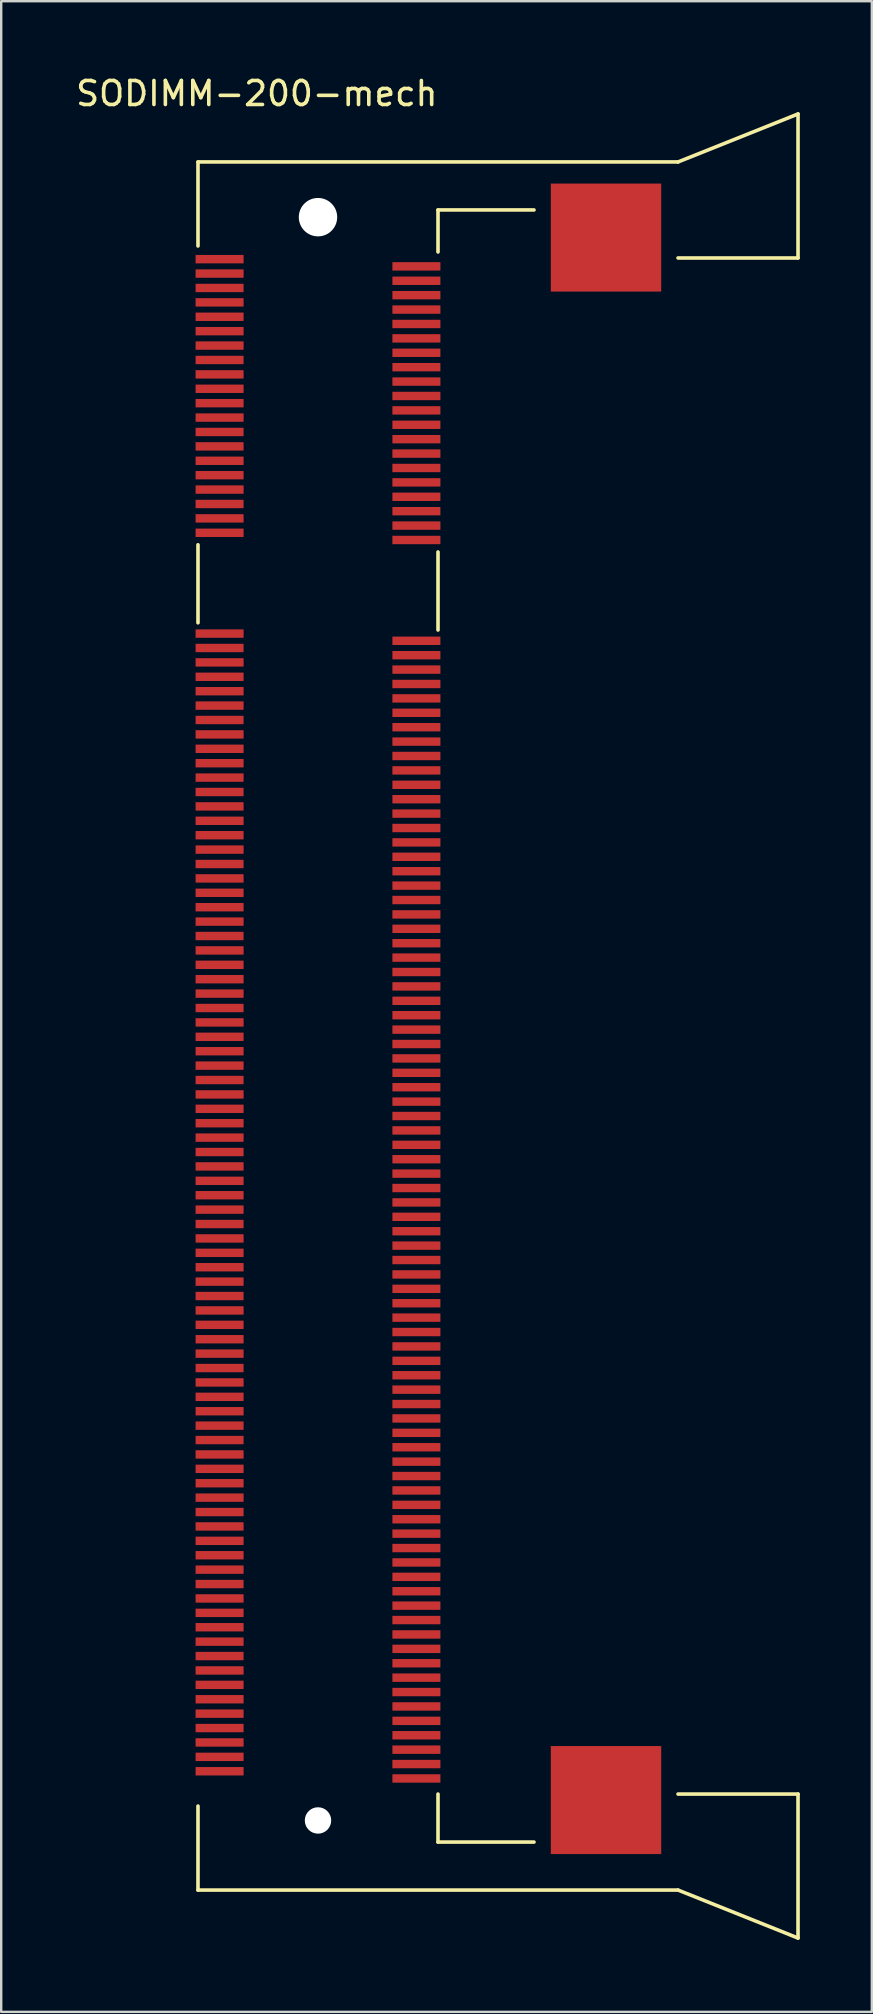
<source format=kicad_pcb>
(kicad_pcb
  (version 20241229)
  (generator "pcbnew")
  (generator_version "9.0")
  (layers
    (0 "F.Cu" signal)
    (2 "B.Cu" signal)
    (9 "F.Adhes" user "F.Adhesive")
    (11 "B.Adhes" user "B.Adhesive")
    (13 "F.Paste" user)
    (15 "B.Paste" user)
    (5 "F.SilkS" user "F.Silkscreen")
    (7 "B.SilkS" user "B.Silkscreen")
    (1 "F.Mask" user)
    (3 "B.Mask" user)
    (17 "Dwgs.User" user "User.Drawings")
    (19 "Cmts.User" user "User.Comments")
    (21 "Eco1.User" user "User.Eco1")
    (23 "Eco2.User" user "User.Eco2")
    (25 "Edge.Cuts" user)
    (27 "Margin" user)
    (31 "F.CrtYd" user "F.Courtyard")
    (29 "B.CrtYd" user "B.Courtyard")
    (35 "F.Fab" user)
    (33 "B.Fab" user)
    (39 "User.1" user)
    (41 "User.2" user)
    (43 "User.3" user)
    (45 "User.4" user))
  (footprint "SODIMM-200-mech"
    (layer "F.Cu")
    (at 10.199 39.398)
    (property "Reference" "SODIMM-200-mech" (at -2.55 -38.55 0) (layer "F.SilkS") (effects (font (size 1 1) (thickness 0.15))))
    (attr through_hole)
    (fp_line (start -5 -35.7) (end 15 -35.7) (stroke (width 0.15) (type solid)) (layer "F.SilkS"))
    (fp_line (start -5 -32.2) (end -5 -35.7) (stroke (width 0.15) (type solid)) (layer "F.SilkS"))
    (fp_line (start -5 -19.75) (end -5 -16.5) (stroke (width 0.15) (type solid)) (layer "F.SilkS"))
    (fp_line (start -5 32.8) (end -5 36.3) (stroke (width 0.15) (type solid)) (layer "F.SilkS"))
    (fp_line (start -5 36.3) (end 15 36.3) (stroke (width 0.15) (type solid)) (layer "F.SilkS"))
    (fp_line (start 5 -33.7) (end 5 -31.95) (stroke (width 0.15) (type solid)) (layer "F.SilkS"))
    (fp_line (start 5 -19.45) (end 5 -16.2) (stroke (width 0.15) (type solid)) (layer "F.SilkS"))
    (fp_line (start 5 34.3) (end 5 32.3) (stroke (width 0.15) (type solid)) (layer "F.SilkS"))
    (fp_line (start 9 -33.7) (end 5 -33.7) (stroke (width 0.15) (type solid)) (layer "F.SilkS"))
    (fp_line (start 9 34.3) (end 5 34.3) (stroke (width 0.15) (type solid)) (layer "F.SilkS"))
    (fp_line (start 15 -35.7) (end 20 -37.7) (stroke (width 0.15) (type solid)) (layer "F.SilkS"))
    (fp_line (start 15 36.3) (end 20 38.3) (stroke (width 0.15) (type solid)) (layer "F.SilkS"))
    (fp_line (start 20 -37.7) (end 20 -31.7) (stroke (width 0.15) (type solid)) (layer "F.SilkS"))
    (fp_line (start 20 -31.7) (end 15 -31.7) (stroke (width 0.15) (type solid)) (layer "F.SilkS"))
    (fp_line (start 20 32.3) (end 15 32.3) (stroke (width 0.15) (type solid)) (layer "F.SilkS"))
    (fp_line (start 20 38.3) (end 20 32.3) (stroke (width 0.15) (type solid)) (layer "F.SilkS"))
    (pad "" np_thru_hole circle (at 0 -33.4) (size 1.6 1.6) (drill 1.6) (layers "*.Cu" "*.Mask"))
    (pad "" np_thru_hole circle (at 0 33.4) (size 1.1 1.1) (drill 1.1) (layers "*.Cu" "*.Mask"))
    (pad "" smd rect (at 12 -32.55) (size 4.6 4.5) (layers "F.Cu" "F.Mask" "F.Paste"))
    (pad "" smd rect (at 12 32.55) (size 4.6 4.5) (layers "F.Cu" "F.Mask" "F.Paste"))
    (pad "1" smd rect (at -4.1 -31.65) (size 2 0.35) (layers "F.Cu" "F.Mask" "F.Paste"))
    (pad "2" smd rect (at 4.1 -31.35) (size 2 0.35) (layers "F.Cu" "F.Mask" "F.Paste"))
    (pad "3" smd rect (at -4.1 -31.05) (size 2 0.35) (layers "F.Cu" "F.Mask" "F.Paste"))
    (pad "4" smd rect (at 4.1 -30.75) (size 2 0.35) (layers "F.Cu" "F.Mask" "F.Paste"))
    (pad "5" smd rect (at -4.1 -30.45) (size 2 0.35) (layers "F.Cu" "F.Mask" "F.Paste"))
    (pad "6" smd rect (at 4.1 -30.15) (size 2 0.35) (layers "F.Cu" "F.Mask" "F.Paste"))
    (pad "7" smd rect (at -4.1 -29.85) (size 2 0.35) (layers "F.Cu" "F.Mask" "F.Paste"))
    (pad "8" smd rect (at 4.1 -29.55) (size 2 0.35) (layers "F.Cu" "F.Mask" "F.Paste"))
    (pad "9" smd rect (at -4.1 -29.25) (size 2 0.35) (layers "F.Cu" "F.Mask" "F.Paste"))
    (pad "10" smd rect (at 4.1 -28.95) (size 2 0.35) (layers "F.Cu" "F.Mask" "F.Paste"))
    (pad "11" smd rect (at -4.1 -28.65) (size 2 0.35) (layers "F.Cu" "F.Mask" "F.Paste"))
    (pad "12" smd rect (at 4.1 -28.35) (size 2 0.35) (layers "F.Cu" "F.Mask" "F.Paste"))
    (pad "13" smd rect (at -4.1 -28.05) (size 2 0.35) (layers "F.Cu" "F.Mask" "F.Paste"))
    (pad "14" smd rect (at 4.1 -27.75) (size 2 0.35) (layers "F.Cu" "F.Mask" "F.Paste"))
    (pad "15" smd rect (at -4.1 -27.45) (size 2 0.35) (layers "F.Cu" "F.Mask" "F.Paste"))
    (pad "16" smd rect (at 4.1 -27.15) (size 2 0.35) (layers "F.Cu" "F.Mask" "F.Paste"))
    (pad "17" smd rect (at -4.1 -26.85) (size 2 0.35) (layers "F.Cu" "F.Mask" "F.Paste"))
    (pad "18" smd rect (at 4.1 -26.55) (size 2 0.35) (layers "F.Cu" "F.Mask" "F.Paste"))
    (pad "19" smd rect (at -4.1 -26.25) (size 2 0.35) (layers "F.Cu" "F.Mask" "F.Paste"))
    (pad "20" smd rect (at 4.1 -25.95) (size 2 0.35) (layers "F.Cu" "F.Mask" "F.Paste"))
    (pad "21" smd rect (at -4.1 -25.65) (size 2 0.35) (layers "F.Cu" "F.Mask" "F.Paste"))
    (pad "22" smd rect (at 4.1 -25.35) (size 2 0.35) (layers "F.Cu" "F.Mask" "F.Paste"))
    (pad "23" smd rect (at -4.1 -25.05) (size 2 0.35) (layers "F.Cu" "F.Mask" "F.Paste"))
    (pad "24" smd rect (at 4.1 -24.75) (size 2 0.35) (layers "F.Cu" "F.Mask" "F.Paste"))
    (pad "25" smd rect (at -4.1 -24.45) (size 2 0.35) (layers "F.Cu" "F.Mask" "F.Paste"))
    (pad "26" smd rect (at 4.1 -24.15) (size 2 0.35) (layers "F.Cu" "F.Mask" "F.Paste"))
    (pad "27" smd rect (at -4.1 -23.85) (size 2 0.35) (layers "F.Cu" "F.Mask" "F.Paste"))
    (pad "28" smd rect (at 4.1 -23.55) (size 2 0.35) (layers "F.Cu" "F.Mask" "F.Paste"))
    (pad "29" smd rect (at -4.1 -23.25) (size 2 0.35) (layers "F.Cu" "F.Mask" "F.Paste"))
    (pad "30" smd rect (at 4.1 -22.95) (size 2 0.35) (layers "F.Cu" "F.Mask" "F.Paste"))
    (pad "31" smd rect (at -4.1 -22.65) (size 2 0.35) (layers "F.Cu" "F.Mask" "F.Paste"))
    (pad "32" smd rect (at 4.1 -22.35) (size 2 0.35) (layers "F.Cu" "F.Mask" "F.Paste"))
    (pad "33" smd rect (at -4.1 -22.05) (size 2 0.35) (layers "F.Cu" "F.Mask" "F.Paste"))
    (pad "34" smd rect (at 4.1 -21.75) (size 2 0.35) (layers "F.Cu" "F.Mask" "F.Paste"))
    (pad "35" smd rect (at -4.1 -21.45) (size 2 0.35) (layers "F.Cu" "F.Mask" "F.Paste"))
    (pad "36" smd rect (at 4.1 -21.15) (size 2 0.35) (layers "F.Cu" "F.Mask" "F.Paste"))
    (pad "37" smd rect (at -4.1 -20.85) (size 2 0.35) (layers "F.Cu" "F.Mask" "F.Paste"))
    (pad "38" smd rect (at 4.1 -20.55) (size 2 0.35) (layers "F.Cu" "F.Mask" "F.Paste"))
    (pad "39" smd rect (at -4.1 -20.25) (size 2 0.35) (layers "F.Cu" "F.Mask" "F.Paste"))
    (pad "40" smd rect (at 4.1 -19.95) (size 2 0.35) (layers "F.Cu" "F.Mask" "F.Paste"))
    (pad "41" smd rect (at -4.1 -16.05) (size 2 0.35) (layers "F.Cu" "F.Mask" "F.Paste"))
    (pad "42" smd rect (at 4.1 -15.75) (size 2 0.35) (layers "F.Cu" "F.Mask" "F.Paste"))
    (pad "43" smd rect (at -4.1 -15.45) (size 2 0.35) (layers "F.Cu" "F.Mask" "F.Paste"))
    (pad "44" smd rect (at 4.1 -15.15) (size 2 0.35) (layers "F.Cu" "F.Mask" "F.Paste"))
    (pad "45" smd rect (at -4.1 -14.85) (size 2 0.35) (layers "F.Cu" "F.Mask" "F.Paste"))
    (pad "46" smd rect (at 4.1 -14.55) (size 2 0.35) (layers "F.Cu" "F.Mask" "F.Paste"))
    (pad "47" smd rect (at -4.1 -14.25) (size 2 0.35) (layers "F.Cu" "F.Mask" "F.Paste"))
    (pad "48" smd rect (at 4.1 -13.95) (size 2 0.35) (layers "F.Cu" "F.Mask" "F.Paste"))
    (pad "49" smd rect (at -4.1 -13.65) (size 2 0.35) (layers "F.Cu" "F.Mask" "F.Paste"))
    (pad "50" smd rect (at 4.1 -13.35) (size 2 0.35) (layers "F.Cu" "F.Mask" "F.Paste"))
    (pad "51" smd rect (at -4.1 -13.05) (size 2 0.35) (layers "F.Cu" "F.Mask" "F.Paste"))
    (pad "52" smd rect (at 4.1 -12.75) (size 2 0.35) (layers "F.Cu" "F.Mask" "F.Paste"))
    (pad "53" smd rect (at -4.1 -12.45) (size 2 0.35) (layers "F.Cu" "F.Mask" "F.Paste"))
    (pad "54" smd rect (at 4.1 -12.15) (size 2 0.35) (layers "F.Cu" "F.Mask" "F.Paste"))
    (pad "55" smd rect (at -4.1 -11.85) (size 2 0.35) (layers "F.Cu" "F.Mask" "F.Paste"))
    (pad "56" smd rect (at 4.1 -11.55) (size 2 0.35) (layers "F.Cu" "F.Mask" "F.Paste"))
    (pad "57" smd rect (at -4.1 -11.25) (size 2 0.35) (layers "F.Cu" "F.Mask" "F.Paste"))
    (pad "58" smd rect (at 4.1 -10.95) (size 2 0.35) (layers "F.Cu" "F.Mask" "F.Paste"))
    (pad "59" smd rect (at -4.1 -10.65) (size 2 0.35) (layers "F.Cu" "F.Mask" "F.Paste"))
    (pad "60" smd rect (at 4.1 -10.35) (size 2 0.35) (layers "F.Cu" "F.Mask" "F.Paste"))
    (pad "61" smd rect (at -4.1 -10.05) (size 2 0.35) (layers "F.Cu" "F.Mask" "F.Paste"))
    (pad "62" smd rect (at 4.1 -9.75) (size 2 0.35) (layers "F.Cu" "F.Mask" "F.Paste"))
    (pad "63" smd rect (at -4.1 -9.45) (size 2 0.35) (layers "F.Cu" "F.Mask" "F.Paste"))
    (pad "64" smd rect (at 4.1 -9.15) (size 2 0.35) (layers "F.Cu" "F.Mask" "F.Paste"))
    (pad "65" smd rect (at -4.1 -8.85) (size 2 0.35) (layers "F.Cu" "F.Mask" "F.Paste"))
    (pad "66" smd rect (at 4.1 -8.55) (size 2 0.35) (layers "F.Cu" "F.Mask" "F.Paste"))
    (pad "67" smd rect (at -4.1 -8.25) (size 2 0.35) (layers "F.Cu" "F.Mask" "F.Paste"))
    (pad "68" smd rect (at 4.1 -7.95) (size 2 0.35) (layers "F.Cu" "F.Mask" "F.Paste"))
    (pad "69" smd rect (at -4.1 -7.65) (size 2 0.35) (layers "F.Cu" "F.Mask" "F.Paste"))
    (pad "70" smd rect (at 4.1 -7.35) (size 2 0.35) (layers "F.Cu" "F.Mask" "F.Paste"))
    (pad "71" smd rect (at -4.1 -7.05) (size 2 0.35) (layers "F.Cu" "F.Mask" "F.Paste"))
    (pad "72" smd rect (at 4.1 -6.75) (size 2 0.35) (layers "F.Cu" "F.Mask" "F.Paste"))
    (pad "73" smd rect (at -4.1 -6.45) (size 2 0.35) (layers "F.Cu" "F.Mask" "F.Paste"))
    (pad "74" smd rect (at 4.1 -6.15) (size 2 0.35) (layers "F.Cu" "F.Mask" "F.Paste"))
    (pad "75" smd rect (at -4.1 -5.85) (size 2 0.35) (layers "F.Cu" "F.Mask" "F.Paste"))
    (pad "76" smd rect (at 4.1 -5.55) (size 2 0.35) (layers "F.Cu" "F.Mask" "F.Paste"))
    (pad "77" smd rect (at -4.1 -5.25) (size 2 0.35) (layers "F.Cu" "F.Mask" "F.Paste"))
    (pad "78" smd rect (at 4.1 -4.95) (size 2 0.35) (layers "F.Cu" "F.Mask" "F.Paste"))
    (pad "79" smd rect (at -4.1 -4.65) (size 2 0.35) (layers "F.Cu" "F.Mask" "F.Paste"))
    (pad "80" smd rect (at 4.1 -4.35) (size 2 0.35) (layers "F.Cu" "F.Mask" "F.Paste"))
    (pad "81" smd rect (at -4.1 -4.05) (size 2 0.35) (layers "F.Cu" "F.Mask" "F.Paste"))
    (pad "82" smd rect (at 4.1 -3.75) (size 2 0.35) (layers "F.Cu" "F.Mask" "F.Paste"))
    (pad "83" smd rect (at -4.1 -3.45) (size 2 0.35) (layers "F.Cu" "F.Mask" "F.Paste"))
    (pad "84" smd rect (at 4.1 -3.15) (size 2 0.35) (layers "F.Cu" "F.Mask" "F.Paste"))
    (pad "85" smd rect (at -4.1 -2.85) (size 2 0.35) (layers "F.Cu" "F.Mask" "F.Paste"))
    (pad "86" smd rect (at 4.1 -2.55) (size 2 0.35) (layers "F.Cu" "F.Mask" "F.Paste"))
    (pad "87" smd rect (at -4.1 -2.25) (size 2 0.35) (layers "F.Cu" "F.Mask" "F.Paste"))
    (pad "88" smd rect (at 4.1 -1.95) (size 2 0.35) (layers "F.Cu" "F.Mask" "F.Paste"))
    (pad "89" smd rect (at -4.1 -1.65) (size 2 0.35) (layers "F.Cu" "F.Mask" "F.Paste"))
    (pad "90" smd rect (at 4.1 -1.35) (size 2 0.35) (layers "F.Cu" "F.Mask" "F.Paste"))
    (pad "91" smd rect (at -4.1 -1.05) (size 2 0.35) (layers "F.Cu" "F.Mask" "F.Paste"))
    (pad "92" smd rect (at 4.1 -0.75) (size 2 0.35) (layers "F.Cu" "F.Mask" "F.Paste"))
    (pad "93" smd rect (at -4.1 -0.45) (size 2 0.35) (layers "F.Cu" "F.Mask" "F.Paste"))
    (pad "94" smd rect (at 4.1 -0.15) (size 2 0.35) (layers "F.Cu" "F.Mask" "F.Paste"))
    (pad "95" smd rect (at -4.1 0.15) (size 2 0.35) (layers "F.Cu" "F.Mask" "F.Paste"))
    (pad "96" smd rect (at 4.1 0.45) (size 2 0.35) (layers "F.Cu" "F.Mask" "F.Paste"))
    (pad "97" smd rect (at -4.1 0.75) (size 2 0.35) (layers "F.Cu" "F.Mask" "F.Paste"))
    (pad "98" smd rect (at 4.1 1.05) (size 2 0.35) (layers "F.Cu" "F.Mask" "F.Paste"))
    (pad "99" smd rect (at -4.1 1.35) (size 2 0.35) (layers "F.Cu" "F.Mask" "F.Paste"))
    (pad "100" smd rect (at 4.1 1.65) (size 2 0.35) (layers "F.Cu" "F.Mask" "F.Paste"))
    (pad "101" smd rect (at -4.1 1.95) (size 2 0.35) (layers "F.Cu" "F.Mask" "F.Paste"))
    (pad "102" smd rect (at 4.1 2.25) (size 2 0.35) (layers "F.Cu" "F.Mask" "F.Paste"))
    (pad "103" smd rect (at -4.1 2.55) (size 2 0.35) (layers "F.Cu" "F.Mask" "F.Paste"))
    (pad "104" smd rect (at 4.1 2.85) (size 2 0.35) (layers "F.Cu" "F.Mask" "F.Paste"))
    (pad "105" smd rect (at -4.1 3.15) (size 2 0.35) (layers "F.Cu" "F.Mask" "F.Paste"))
    (pad "106" smd rect (at 4.1 3.45) (size 2 0.35) (layers "F.Cu" "F.Mask" "F.Paste"))
    (pad "107" smd rect (at -4.1 3.75) (size 2 0.35) (layers "F.Cu" "F.Mask" "F.Paste"))
    (pad "108" smd rect (at 4.1 4.05) (size 2 0.35) (layers "F.Cu" "F.Mask" "F.Paste"))
    (pad "109" smd rect (at -4.1 4.35) (size 2 0.35) (layers "F.Cu" "F.Mask" "F.Paste"))
    (pad "110" smd rect (at 4.1 4.65) (size 2 0.35) (layers "F.Cu" "F.Mask" "F.Paste"))
    (pad "111" smd rect (at -4.1 4.95) (size 2 0.35) (layers "F.Cu" "F.Mask" "F.Paste"))
    (pad "112" smd rect (at 4.1 5.25) (size 2 0.35) (layers "F.Cu" "F.Mask" "F.Paste"))
    (pad "113" smd rect (at -4.1 5.55) (size 2 0.35) (layers "F.Cu" "F.Mask" "F.Paste"))
    (pad "114" smd rect (at 4.1 5.85) (size 2 0.35) (layers "F.Cu" "F.Mask" "F.Paste"))
    (pad "115" smd rect (at -4.1 6.15) (size 2 0.35) (layers "F.Cu" "F.Mask" "F.Paste"))
    (pad "116" smd rect (at 4.1 6.45) (size 2 0.35) (layers "F.Cu" "F.Mask" "F.Paste"))
    (pad "117" smd rect (at -4.1 6.75) (size 2 0.35) (layers "F.Cu" "F.Mask" "F.Paste"))
    (pad "118" smd rect (at 4.1 7.05) (size 2 0.35) (layers "F.Cu" "F.Mask" "F.Paste"))
    (pad "119" smd rect (at -4.1 7.35) (size 2 0.35) (layers "F.Cu" "F.Mask" "F.Paste"))
    (pad "120" smd rect (at 4.1 7.65) (size 2 0.35) (layers "F.Cu" "F.Mask" "F.Paste"))
    (pad "121" smd rect (at -4.1 7.95) (size 2 0.35) (layers "F.Cu" "F.Mask" "F.Paste"))
    (pad "122" smd rect (at 4.1 8.25) (size 2 0.35) (layers "F.Cu" "F.Mask" "F.Paste"))
    (pad "123" smd rect (at -4.1 8.55) (size 2 0.35) (layers "F.Cu" "F.Mask" "F.Paste"))
    (pad "124" smd rect (at 4.1 8.85) (size 2 0.35) (layers "F.Cu" "F.Mask" "F.Paste"))
    (pad "125" smd rect (at -4.1 9.15) (size 2 0.35) (layers "F.Cu" "F.Mask" "F.Paste"))
    (pad "126" smd rect (at 4.1 9.45) (size 2 0.35) (layers "F.Cu" "F.Mask" "F.Paste"))
    (pad "127" smd rect (at -4.1 9.75) (size 2 0.35) (layers "F.Cu" "F.Mask" "F.Paste"))
    (pad "128" smd rect (at 4.1 10.05) (size 2 0.35) (layers "F.Cu" "F.Mask" "F.Paste"))
    (pad "129" smd rect (at -4.1 10.35) (size 2 0.35) (layers "F.Cu" "F.Mask" "F.Paste"))
    (pad "130" smd rect (at 4.1 10.65) (size 2 0.35) (layers "F.Cu" "F.Mask" "F.Paste"))
    (pad "131" smd rect (at -4.1 10.95) (size 2 0.35) (layers "F.Cu" "F.Mask" "F.Paste"))
    (pad "132" smd rect (at 4.1 11.25) (size 2 0.35) (layers "F.Cu" "F.Mask" "F.Paste"))
    (pad "133" smd rect (at -4.1 11.55) (size 2 0.35) (layers "F.Cu" "F.Mask" "F.Paste"))
    (pad "134" smd rect (at 4.1 11.85) (size 2 0.35) (layers "F.Cu" "F.Mask" "F.Paste"))
    (pad "135" smd rect (at -4.1 12.15) (size 2 0.35) (layers "F.Cu" "F.Mask" "F.Paste"))
    (pad "136" smd rect (at 4.1 12.45) (size 2 0.35) (layers "F.Cu" "F.Mask" "F.Paste"))
    (pad "137" smd rect (at -4.1 12.75) (size 2 0.35) (layers "F.Cu" "F.Mask" "F.Paste"))
    (pad "138" smd rect (at 4.1 13.05) (size 2 0.35) (layers "F.Cu" "F.Mask" "F.Paste"))
    (pad "139" smd rect (at -4.1 13.35) (size 2 0.35) (layers "F.Cu" "F.Mask" "F.Paste"))
    (pad "140" smd rect (at 4.1 13.65) (size 2 0.35) (layers "F.Cu" "F.Mask" "F.Paste"))
    (pad "141" smd rect (at -4.1 13.95) (size 2 0.35) (layers "F.Cu" "F.Mask" "F.Paste"))
    (pad "142" smd rect (at 4.1 14.25) (size 2 0.35) (layers "F.Cu" "F.Mask" "F.Paste"))
    (pad "143" smd rect (at -4.1 14.55) (size 2 0.35) (layers "F.Cu" "F.Mask" "F.Paste"))
    (pad "144" smd rect (at 4.1 14.85) (size 2 0.35) (layers "F.Cu" "F.Mask" "F.Paste"))
    (pad "145" smd rect (at -4.1 15.15) (size 2 0.35) (layers "F.Cu" "F.Mask" "F.Paste"))
    (pad "146" smd rect (at 4.1 15.45) (size 2 0.35) (layers "F.Cu" "F.Mask" "F.Paste"))
    (pad "147" smd rect (at -4.1 15.75) (size 2 0.35) (layers "F.Cu" "F.Mask" "F.Paste"))
    (pad "148" smd rect (at 4.1 16.05) (size 2 0.35) (layers "F.Cu" "F.Mask" "F.Paste"))
    (pad "149" smd rect (at -4.1 16.35) (size 2 0.35) (layers "F.Cu" "F.Mask" "F.Paste"))
    (pad "150" smd rect (at 4.1 16.65) (size 2 0.35) (layers "F.Cu" "F.Mask" "F.Paste"))
    (pad "151" smd rect (at -4.1 16.95) (size 2 0.35) (layers "F.Cu" "F.Mask" "F.Paste"))
    (pad "152" smd rect (at 4.1 17.25) (size 2 0.35) (layers "F.Cu" "F.Mask" "F.Paste"))
    (pad "153" smd rect (at -4.1 17.55) (size 2 0.35) (layers "F.Cu" "F.Mask" "F.Paste"))
    (pad "154" smd rect (at 4.1 17.85) (size 2 0.35) (layers "F.Cu" "F.Mask" "F.Paste"))
    (pad "155" smd rect (at -4.1 18.15) (size 2 0.35) (layers "F.Cu" "F.Mask" "F.Paste"))
    (pad "156" smd rect (at 4.1 18.45) (size 2 0.35) (layers "F.Cu" "F.Mask" "F.Paste"))
    (pad "157" smd rect (at -4.1 18.75) (size 2 0.35) (layers "F.Cu" "F.Mask" "F.Paste"))
    (pad "158" smd rect (at 4.1 19.05) (size 2 0.35) (layers "F.Cu" "F.Mask" "F.Paste"))
    (pad "159" smd rect (at -4.1 19.35) (size 2 0.35) (layers "F.Cu" "F.Mask" "F.Paste"))
    (pad "160" smd rect (at 4.1 19.65) (size 2 0.35) (layers "F.Cu" "F.Mask" "F.Paste"))
    (pad "161" smd rect (at -4.1 19.95) (size 2 0.35) (layers "F.Cu" "F.Mask" "F.Paste"))
    (pad "162" smd rect (at 4.1 20.25) (size 2 0.35) (layers "F.Cu" "F.Mask" "F.Paste"))
    (pad "163" smd rect (at -4.1 20.55) (size 2 0.35) (layers "F.Cu" "F.Mask" "F.Paste"))
    (pad "164" smd rect (at 4.1 20.85) (size 2 0.35) (layers "F.Cu" "F.Mask" "F.Paste"))
    (pad "165" smd rect (at -4.1 21.15) (size 2 0.35) (layers "F.Cu" "F.Mask" "F.Paste"))
    (pad "166" smd rect (at 4.1 21.45) (size 2 0.35) (layers "F.Cu" "F.Mask" "F.Paste"))
    (pad "167" smd rect (at -4.1 21.75) (size 2 0.35) (layers "F.Cu" "F.Mask" "F.Paste"))
    (pad "168" smd rect (at 4.1 22.05) (size 2 0.35) (layers "F.Cu" "F.Mask" "F.Paste"))
    (pad "169" smd rect (at -4.1 22.35) (size 2 0.35) (layers "F.Cu" "F.Mask" "F.Paste"))
    (pad "170" smd rect (at 4.1 22.65) (size 2 0.35) (layers "F.Cu" "F.Mask" "F.Paste"))
    (pad "171" smd rect (at -4.1 22.95) (size 2 0.35) (layers "F.Cu" "F.Mask" "F.Paste"))
    (pad "172" smd rect (at 4.1 23.25) (size 2 0.35) (layers "F.Cu" "F.Mask" "F.Paste"))
    (pad "173" smd rect (at -4.1 23.55) (size 2 0.35) (layers "F.Cu" "F.Mask" "F.Paste"))
    (pad "174" smd rect (at 4.1 23.85) (size 2 0.35) (layers "F.Cu" "F.Mask" "F.Paste"))
    (pad "175" smd rect (at -4.1 24.15) (size 2 0.35) (layers "F.Cu" "F.Mask" "F.Paste"))
    (pad "176" smd rect (at 4.1 24.45) (size 2 0.35) (layers "F.Cu" "F.Mask" "F.Paste"))
    (pad "177" smd rect (at -4.1 24.75) (size 2 0.35) (layers "F.Cu" "F.Mask" "F.Paste"))
    (pad "178" smd rect (at 4.1 25.05) (size 2 0.35) (layers "F.Cu" "F.Mask" "F.Paste"))
    (pad "179" smd rect (at -4.1 25.35) (size 2 0.35) (layers "F.Cu" "F.Mask" "F.Paste"))
    (pad "180" smd rect (at 4.1 25.65) (size 2 0.35) (layers "F.Cu" "F.Mask" "F.Paste"))
    (pad "181" smd rect (at -4.1 25.95) (size 2 0.35) (layers "F.Cu" "F.Mask" "F.Paste"))
    (pad "182" smd rect (at 4.1 26.25) (size 2 0.35) (layers "F.Cu" "F.Mask" "F.Paste"))
    (pad "183" smd rect (at -4.1 26.55) (size 2 0.35) (layers "F.Cu" "F.Mask" "F.Paste"))
    (pad "184" smd rect (at 4.1 26.85) (size 2 0.35) (layers "F.Cu" "F.Mask" "F.Paste"))
    (pad "185" smd rect (at -4.1 27.15) (size 2 0.35) (layers "F.Cu" "F.Mask" "F.Paste"))
    (pad "186" smd rect (at 4.1 27.45) (size 2 0.35) (layers "F.Cu" "F.Mask" "F.Paste"))
    (pad "187" smd rect (at -4.1 27.75) (size 2 0.35) (layers "F.Cu" "F.Mask" "F.Paste"))
    (pad "188" smd rect (at 4.1 28.05) (size 2 0.35) (layers "F.Cu" "F.Mask" "F.Paste"))
    (pad "189" smd rect (at -4.1 28.35) (size 2 0.35) (layers "F.Cu" "F.Mask" "F.Paste"))
    (pad "190" smd rect (at 4.1 28.65) (size 2 0.35) (layers "F.Cu" "F.Mask" "F.Paste"))
    (pad "191" smd rect (at -4.1 28.95) (size 2 0.35) (layers "F.Cu" "F.Mask" "F.Paste"))
    (pad "192" smd rect (at 4.1 29.25) (size 2 0.35) (layers "F.Cu" "F.Mask" "F.Paste"))
    (pad "193" smd rect (at -4.1 29.55) (size 2 0.35) (layers "F.Cu" "F.Mask" "F.Paste"))
    (pad "194" smd rect (at 4.1 29.85) (size 2 0.35) (layers "F.Cu" "F.Mask" "F.Paste"))
    (pad "195" smd rect (at -4.1 30.15) (size 2 0.35) (layers "F.Cu" "F.Mask" "F.Paste"))
    (pad "196" smd rect (at 4.1 30.45) (size 2 0.35) (layers "F.Cu" "F.Mask" "F.Paste"))
    (pad "197" smd rect (at -4.1 30.75) (size 2 0.35) (layers "F.Cu" "F.Mask" "F.Paste"))
    (pad "198" smd rect (at 4.1 31.05) (size 2 0.35) (layers "F.Cu" "F.Mask" "F.Paste"))
    (pad "199" smd rect (at -4.1 31.35) (size 2 0.35) (layers "F.Cu" "F.Mask" "F.Paste"))
    (pad "200" smd rect (at 4.1 31.65) (size 2 0.35) (layers "F.Cu" "F.Mask" "F.Paste")))
  (gr_rect
    (start -3 -3)
    (end 33.274 80.773)
    (stroke (width 0.1) (type default))
    (fill no)
    (layer "Edge.Cuts")))
</source>
